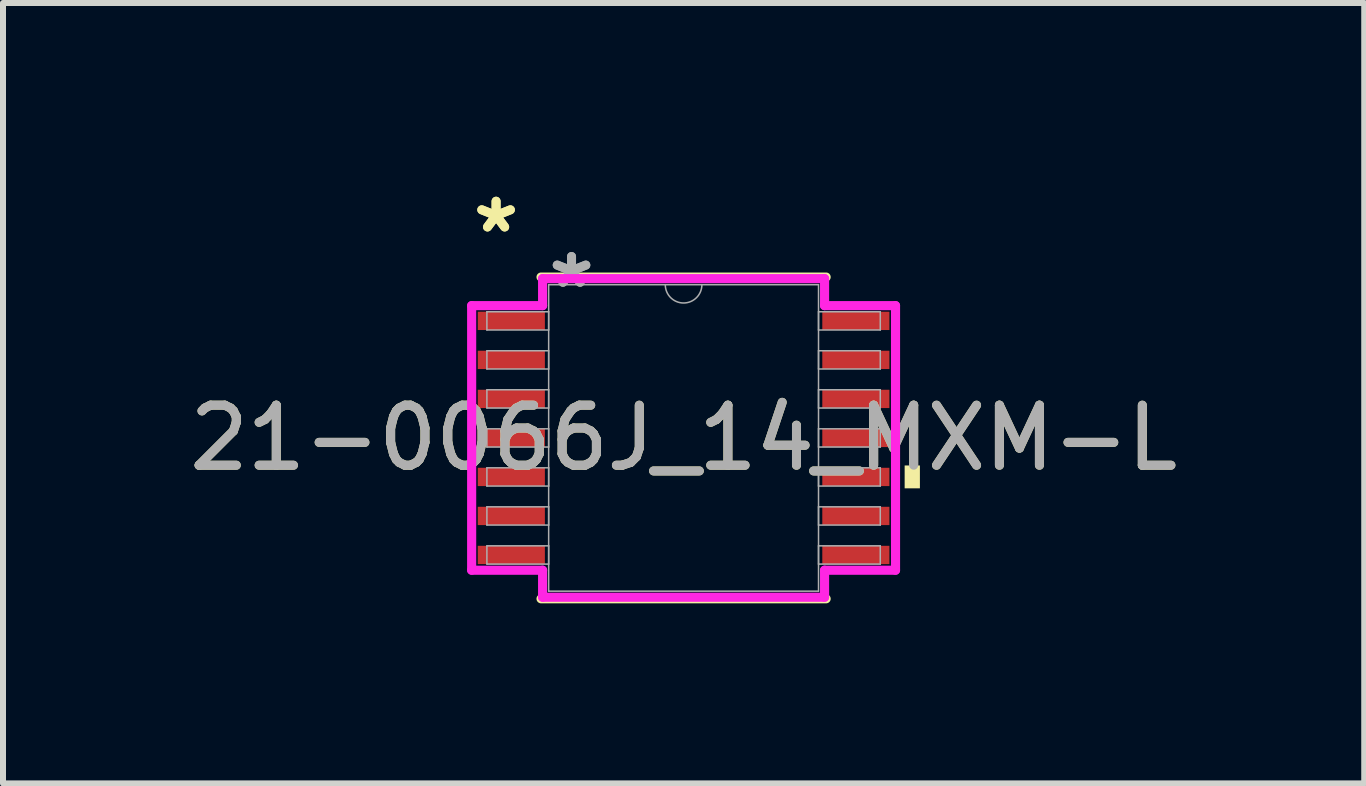
<source format=kicad_pcb>
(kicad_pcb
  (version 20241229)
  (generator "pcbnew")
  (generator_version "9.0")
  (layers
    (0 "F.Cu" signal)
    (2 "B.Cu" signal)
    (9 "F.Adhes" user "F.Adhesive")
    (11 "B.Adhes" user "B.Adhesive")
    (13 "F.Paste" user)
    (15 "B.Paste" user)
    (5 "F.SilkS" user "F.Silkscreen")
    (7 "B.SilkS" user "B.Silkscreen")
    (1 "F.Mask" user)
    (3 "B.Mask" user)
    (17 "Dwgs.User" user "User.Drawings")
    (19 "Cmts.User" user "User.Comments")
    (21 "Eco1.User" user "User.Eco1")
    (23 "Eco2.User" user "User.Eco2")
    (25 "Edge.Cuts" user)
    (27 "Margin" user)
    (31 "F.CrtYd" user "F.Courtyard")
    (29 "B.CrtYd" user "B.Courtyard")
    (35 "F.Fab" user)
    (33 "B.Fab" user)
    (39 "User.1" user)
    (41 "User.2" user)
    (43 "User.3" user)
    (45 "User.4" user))
  (footprint "21-0066J_14_MXM-L"
    (layer "F.Cu")
    (at 8.339 4.246)
    (property "Reference" "21-0066J_14_MXM-L" (at 0 0 0) (unlocked yes) (layer "F.SilkS") (effects (font (size 1 1) (thickness 0.15))))
    (attr smd)
    (fp_line (start -2.375 2.68) (end 2.375 2.68) (stroke (width 0.152) (type solid)) (layer "F.SilkS"))
    (fp_line (start 2.375 -2.68) (end -2.375 -2.68) (stroke (width 0.152) (type solid)) (layer "F.SilkS"))
    (fp_poly (pts (xy 3.937 0.459) (xy 3.937 0.84) (xy 3.683 0.84) (xy 3.683 0.459)) (stroke (width 0) (type solid)) (fill yes) (layer "F.SilkS"))
    (fp_line (start -3.531 -2.204) (end -2.349 -2.204) (stroke (width 0.152) (type solid)) (layer "F.CrtYd"))
    (fp_line (start -3.531 2.204) (end -3.531 -2.204) (stroke (width 0.152) (type solid)) (layer "F.CrtYd"))
    (fp_line (start -3.531 2.204) (end -2.349 2.204) (stroke (width 0.152) (type solid)) (layer "F.CrtYd"))
    (fp_line (start -2.349 -2.654) (end 2.349 -2.654) (stroke (width 0.152) (type solid)) (layer "F.CrtYd"))
    (fp_line (start -2.349 -2.204) (end -2.349 -2.654) (stroke (width 0.152) (type solid)) (layer "F.CrtYd"))
    (fp_line (start -2.349 2.654) (end -2.349 2.204) (stroke (width 0.152) (type solid)) (layer "F.CrtYd"))
    (fp_line (start 2.349 -2.654) (end 2.349 -2.204) (stroke (width 0.152) (type solid)) (layer "F.CrtYd"))
    (fp_line (start 2.349 2.204) (end 2.349 2.654) (stroke (width 0.152) (type solid)) (layer "F.CrtYd"))
    (fp_line (start 2.349 2.654) (end -2.349 2.654) (stroke (width 0.152) (type solid)) (layer "F.CrtYd"))
    (fp_line (start 3.531 -2.204) (end 2.349 -2.204) (stroke (width 0.152) (type solid)) (layer "F.CrtYd"))
    (fp_line (start 3.531 -2.204) (end 3.531 2.204) (stroke (width 0.152) (type solid)) (layer "F.CrtYd"))
    (fp_line (start 3.531 2.204) (end 2.349 2.204) (stroke (width 0.152) (type solid)) (layer "F.CrtYd"))
    (fp_line (start -3.277 -2.102) (end -3.277 -1.798) (stroke (width 0.025) (type solid)) (layer "F.Fab"))
    (fp_line (start -3.277 -1.798) (end -2.248 -1.798) (stroke (width 0.025) (type solid)) (layer "F.Fab"))
    (fp_line (start -3.277 -1.452) (end -3.277 -1.148) (stroke (width 0.025) (type solid)) (layer "F.Fab"))
    (fp_line (start -3.277 -1.148) (end -2.248 -1.148) (stroke (width 0.025) (type solid)) (layer "F.Fab"))
    (fp_line (start -3.277 -0.802) (end -3.277 -0.498) (stroke (width 0.025) (type solid)) (layer "F.Fab"))
    (fp_line (start -3.277 -0.498) (end -2.248 -0.498) (stroke (width 0.025) (type solid)) (layer "F.Fab"))
    (fp_line (start -3.277 -0.152) (end -3.277 0.152) (stroke (width 0.025) (type solid)) (layer "F.Fab"))
    (fp_line (start -3.277 0.152) (end -2.248 0.152) (stroke (width 0.025) (type solid)) (layer "F.Fab"))
    (fp_line (start -3.277 0.498) (end -3.277 0.802) (stroke (width 0.025) (type solid)) (layer "F.Fab"))
    (fp_line (start -3.277 0.802) (end -2.248 0.802) (stroke (width 0.025) (type solid)) (layer "F.Fab"))
    (fp_line (start -3.277 1.148) (end -3.277 1.452) (stroke (width 0.025) (type solid)) (layer "F.Fab"))
    (fp_line (start -3.277 1.452) (end -2.248 1.452) (stroke (width 0.025) (type solid)) (layer "F.Fab"))
    (fp_line (start -3.277 1.798) (end -3.277 2.102) (stroke (width 0.025) (type solid)) (layer "F.Fab"))
    (fp_line (start -3.277 2.102) (end -2.248 2.102) (stroke (width 0.025) (type solid)) (layer "F.Fab"))
    (fp_line (start -2.248 -2.553) (end -2.248 2.553) (stroke (width 0.025) (type solid)) (layer "F.Fab"))
    (fp_line (start -2.248 -2.102) (end -3.277 -2.102) (stroke (width 0.025) (type solid)) (layer "F.Fab"))
    (fp_line (start -2.248 -1.798) (end -2.248 -2.102) (stroke (width 0.025) (type solid)) (layer "F.Fab"))
    (fp_line (start -2.248 -1.452) (end -3.277 -1.452) (stroke (width 0.025) (type solid)) (layer "F.Fab"))
    (fp_line (start -2.248 -1.148) (end -2.248 -1.452) (stroke (width 0.025) (type solid)) (layer "F.Fab"))
    (fp_line (start -2.248 -0.802) (end -3.277 -0.802) (stroke (width 0.025) (type solid)) (layer "F.Fab"))
    (fp_line (start -2.248 -0.498) (end -2.248 -0.802) (stroke (width 0.025) (type solid)) (layer "F.Fab"))
    (fp_line (start -2.248 -0.152) (end -3.277 -0.152) (stroke (width 0.025) (type solid)) (layer "F.Fab"))
    (fp_line (start -2.248 0.152) (end -2.248 -0.152) (stroke (width 0.025) (type solid)) (layer "F.Fab"))
    (fp_line (start -2.248 0.498) (end -3.277 0.498) (stroke (width 0.025) (type solid)) (layer "F.Fab"))
    (fp_line (start -2.248 0.802) (end -2.248 0.498) (stroke (width 0.025) (type solid)) (layer "F.Fab"))
    (fp_line (start -2.248 1.148) (end -3.277 1.148) (stroke (width 0.025) (type solid)) (layer "F.Fab"))
    (fp_line (start -2.248 1.452) (end -2.248 1.148) (stroke (width 0.025) (type solid)) (layer "F.Fab"))
    (fp_line (start -2.248 1.798) (end -3.277 1.798) (stroke (width 0.025) (type solid)) (layer "F.Fab"))
    (fp_line (start -2.248 2.102) (end -2.248 1.798) (stroke (width 0.025) (type solid)) (layer "F.Fab"))
    (fp_line (start -2.248 2.553) (end 2.248 2.553) (stroke (width 0.025) (type solid)) (layer "F.Fab"))
    (fp_line (start 2.248 -2.553) (end -2.248 -2.553) (stroke (width 0.025) (type solid)) (layer "F.Fab"))
    (fp_line (start 2.248 -2.102) (end 2.248 -1.798) (stroke (width 0.025) (type solid)) (layer "F.Fab"))
    (fp_line (start 2.248 -1.798) (end 3.277 -1.798) (stroke (width 0.025) (type solid)) (layer "F.Fab"))
    (fp_line (start 2.248 -1.452) (end 2.248 -1.148) (stroke (width 0.025) (type solid)) (layer "F.Fab"))
    (fp_line (start 2.248 -1.148) (end 3.277 -1.148) (stroke (width 0.025) (type solid)) (layer "F.Fab"))
    (fp_line (start 2.248 -0.802) (end 2.248 -0.498) (stroke (width 0.025) (type solid)) (layer "F.Fab"))
    (fp_line (start 2.248 -0.498) (end 3.277 -0.498) (stroke (width 0.025) (type solid)) (layer "F.Fab"))
    (fp_line (start 2.248 -0.152) (end 2.248 0.152) (stroke (width 0.025) (type solid)) (layer "F.Fab"))
    (fp_line (start 2.248 0.152) (end 3.277 0.152) (stroke (width 0.025) (type solid)) (layer "F.Fab"))
    (fp_line (start 2.248 0.498) (end 2.248 0.802) (stroke (width 0.025) (type solid)) (layer "F.Fab"))
    (fp_line (start 2.248 0.802) (end 3.277 0.802) (stroke (width 0.025) (type solid)) (layer "F.Fab"))
    (fp_line (start 2.248 1.148) (end 2.248 1.452) (stroke (width 0.025) (type solid)) (layer "F.Fab"))
    (fp_line (start 2.248 1.452) (end 3.277 1.452) (stroke (width 0.025) (type solid)) (layer "F.Fab"))
    (fp_line (start 2.248 1.798) (end 2.248 2.102) (stroke (width 0.025) (type solid)) (layer "F.Fab"))
    (fp_line (start 2.248 2.102) (end 3.277 2.102) (stroke (width 0.025) (type solid)) (layer "F.Fab"))
    (fp_line (start 2.248 2.553) (end 2.248 -2.553) (stroke (width 0.025) (type solid)) (layer "F.Fab"))
    (fp_line (start 3.277 -2.102) (end 2.248 -2.102) (stroke (width 0.025) (type solid)) (layer "F.Fab"))
    (fp_line (start 3.277 -1.798) (end 3.277 -2.102) (stroke (width 0.025) (type solid)) (layer "F.Fab"))
    (fp_line (start 3.277 -1.452) (end 2.248 -1.452) (stroke (width 0.025) (type solid)) (layer "F.Fab"))
    (fp_line (start 3.277 -1.148) (end 3.277 -1.452) (stroke (width 0.025) (type solid)) (layer "F.Fab"))
    (fp_line (start 3.277 -0.802) (end 2.248 -0.802) (stroke (width 0.025) (type solid)) (layer "F.Fab"))
    (fp_line (start 3.277 -0.498) (end 3.277 -0.802) (stroke (width 0.025) (type solid)) (layer "F.Fab"))
    (fp_line (start 3.277 -0.152) (end 2.248 -0.152) (stroke (width 0.025) (type solid)) (layer "F.Fab"))
    (fp_line (start 3.277 0.152) (end 3.277 -0.152) (stroke (width 0.025) (type solid)) (layer "F.Fab"))
    (fp_line (start 3.277 0.498) (end 2.248 0.498) (stroke (width 0.025) (type solid)) (layer "F.Fab"))
    (fp_line (start 3.277 0.802) (end 3.277 0.498) (stroke (width 0.025) (type solid)) (layer "F.Fab"))
    (fp_line (start 3.277 1.148) (end 2.248 1.148) (stroke (width 0.025) (type solid)) (layer "F.Fab"))
    (fp_line (start 3.277 1.452) (end 3.277 1.148) (stroke (width 0.025) (type solid)) (layer "F.Fab"))
    (fp_line (start 3.277 1.798) (end 2.248 1.798) (stroke (width 0.025) (type solid)) (layer "F.Fab"))
    (fp_line (start 3.277 2.102) (end 3.277 1.798) (stroke (width 0.025) (type solid)) (layer "F.Fab"))
    (fp_arc (start 0.3048 -2.5527) (mid 0 -2.2479) (end -0.3048 -2.5527) (stroke (width 0.0254) (type solid)) (layer "F.Fab"))
    (fp_text user "*" (at -3.124 -3.398 0) (layer "F.SilkS") (effects (font (size 1 1) (thickness 0.15))))
    (fp_text user "*" (at -3.124 -3.398 0) (unlocked yes) (layer "F.SilkS") (effects (font (size 1 1) (thickness 0.15))))
    (fp_text user "${REFERENCE}" (at 0 0 0) (unlocked yes) (layer "F.Fab") (effects (font (size 1 1) (thickness 0.15))))
    (fp_text user "*" (at -1.867 -2.477 0) (layer "F.Fab") (effects (font (size 1 1) (thickness 0.15))))
    (fp_text user "*" (at -1.867 -2.477 0) (unlocked yes) (layer "F.Fab") (effects (font (size 1 1) (thickness 0.15))))
    (pad "1" smd rect (at -2.87 -1.95) (size 1.118 0.305) (layers "F.Cu" "F.Mask" "F.Paste"))
    (pad "2" smd rect (at -2.87 -1.3) (size 1.118 0.305) (layers "F.Cu" "F.Mask" "F.Paste"))
    (pad "3" smd rect (at -2.87 -0.65) (size 1.118 0.305) (layers "F.Cu" "F.Mask" "F.Paste"))
    (pad "4" smd rect (at -2.87 0) (size 1.118 0.305) (layers "F.Cu" "F.Mask" "F.Paste"))
    (pad "5" smd rect (at -2.87 0.65) (size 1.118 0.305) (layers "F.Cu" "F.Mask" "F.Paste"))
    (pad "6" smd rect (at -2.87 1.3) (size 1.118 0.305) (layers "F.Cu" "F.Mask" "F.Paste"))
    (pad "7" smd rect (at -2.87 1.95) (size 1.118 0.305) (layers "F.Cu" "F.Mask" "F.Paste"))
    (pad "8" smd rect (at 2.87 1.95) (size 1.118 0.305) (layers "F.Cu" "F.Mask" "F.Paste"))
    (pad "9" smd rect (at 2.87 1.3) (size 1.118 0.305) (layers "F.Cu" "F.Mask" "F.Paste"))
    (pad "10" smd rect (at 2.87 0.65) (size 1.118 0.305) (layers "F.Cu" "F.Mask" "F.Paste"))
    (pad "11" smd rect (at 2.87 0) (size 1.118 0.305) (layers "F.Cu" "F.Mask" "F.Paste"))
    (pad "12" smd rect (at 2.87 -0.65) (size 1.118 0.305) (layers "F.Cu" "F.Mask" "F.Paste"))
    (pad "13" smd rect (at 2.87 -1.3) (size 1.118 0.305) (layers "F.Cu" "F.Mask" "F.Paste"))
    (pad "14" smd rect (at 2.87 -1.95) (size 1.118 0.305) (layers "F.Cu" "F.Mask" "F.Paste")))
  (gr_rect
    (start -3 -3)
    (end 19.679 10.002)
    (stroke (width 0.1) (type default))
    (fill no)
    (layer "Edge.Cuts")))
</source>
